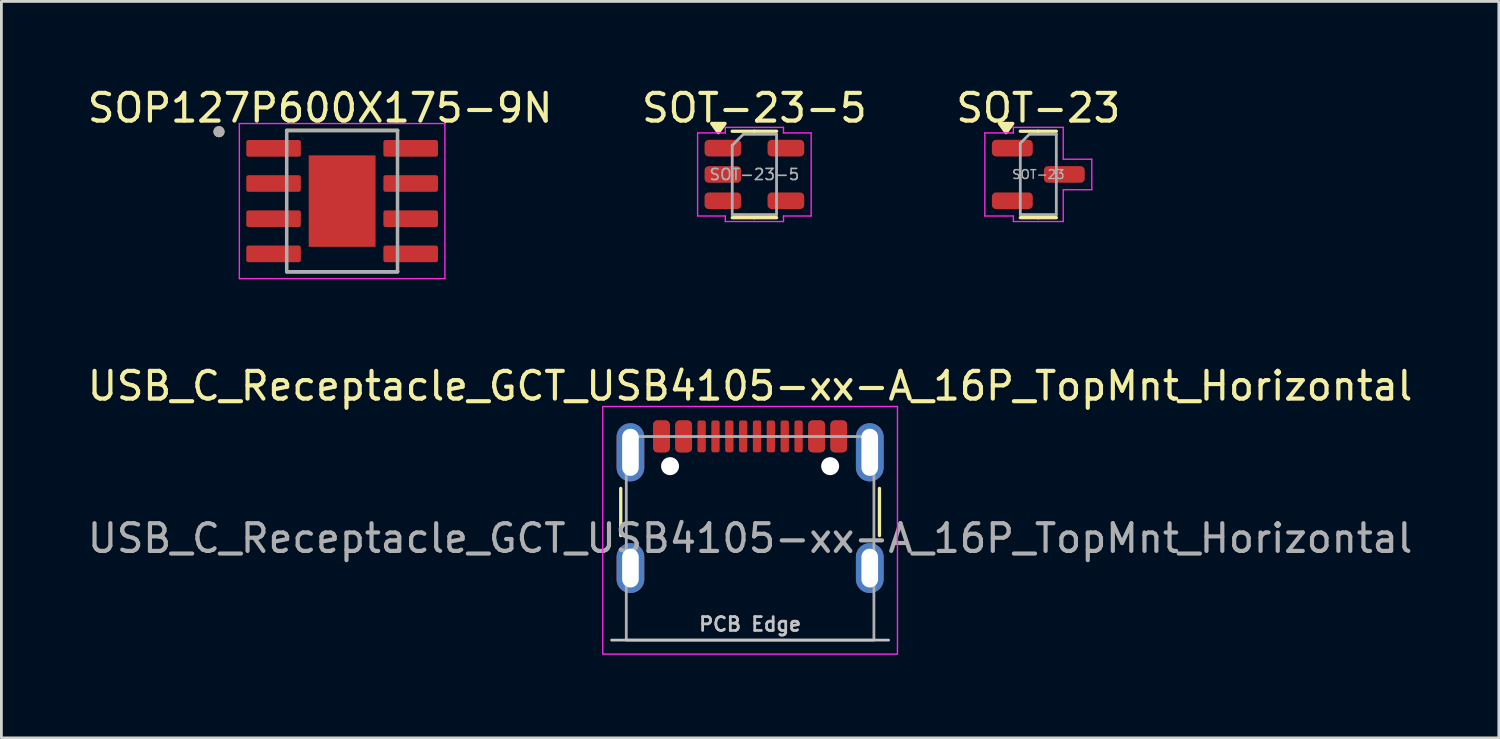
<source format=kicad_pcb>
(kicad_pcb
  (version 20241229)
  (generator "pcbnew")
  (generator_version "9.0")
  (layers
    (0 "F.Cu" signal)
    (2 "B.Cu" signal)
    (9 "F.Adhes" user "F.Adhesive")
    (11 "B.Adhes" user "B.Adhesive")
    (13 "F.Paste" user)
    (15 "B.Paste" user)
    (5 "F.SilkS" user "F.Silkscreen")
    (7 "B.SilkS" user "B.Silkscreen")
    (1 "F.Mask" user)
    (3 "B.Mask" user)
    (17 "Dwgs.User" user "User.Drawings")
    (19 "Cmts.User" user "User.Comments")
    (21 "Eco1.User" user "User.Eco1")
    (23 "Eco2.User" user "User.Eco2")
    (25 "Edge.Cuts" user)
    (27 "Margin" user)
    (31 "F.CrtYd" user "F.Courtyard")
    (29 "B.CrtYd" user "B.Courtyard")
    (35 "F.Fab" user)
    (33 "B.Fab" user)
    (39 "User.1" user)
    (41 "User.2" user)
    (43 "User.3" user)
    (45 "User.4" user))
  (footprint "SOT-23"
    (layer "F.Cu")
    (at 34.435 3.248)
    (property "Reference" "SOT-23" (at 0 -2.4 0) (layer "F.SilkS") (effects (font (size 1 1) (thickness 0.15))))
    (attr smd)
    (fp_line (start 0 -1.56) (end -0.65 -1.56) (stroke (width 0.12) (type solid)) (layer "F.SilkS"))
    (fp_line (start 0 -1.56) (end 0.65 -1.56) (stroke (width 0.12) (type solid)) (layer "F.SilkS"))
    (fp_line (start 0 1.56) (end -0.65 1.56) (stroke (width 0.12) (type solid)) (layer "F.SilkS"))
    (fp_line (start 0 1.56) (end 0.65 1.56) (stroke (width 0.12) (type solid)) (layer "F.SilkS"))
    (fp_poly (pts (xy -1.163 -1.51) (xy -1.403 -1.84) (xy -0.922 -1.84)) (stroke (width 0.12) (type solid)) (fill yes) (layer "F.SilkS"))
    (fp_line (start -1.93 -1.5) (end -0.9 -1.5) (stroke (width 0.05) (type solid)) (layer "F.CrtYd"))
    (fp_line (start -1.93 1.5) (end -1.93 -1.5) (stroke (width 0.05) (type solid)) (layer "F.CrtYd"))
    (fp_line (start -0.9 -1.7) (end 0.9 -1.7) (stroke (width 0.05) (type solid)) (layer "F.CrtYd"))
    (fp_line (start -0.9 -1.5) (end -0.9 -1.7) (stroke (width 0.05) (type solid)) (layer "F.CrtYd"))
    (fp_line (start -0.9 1.5) (end -1.93 1.5) (stroke (width 0.05) (type solid)) (layer "F.CrtYd"))
    (fp_line (start -0.9 1.7) (end -0.9 1.5) (stroke (width 0.05) (type solid)) (layer "F.CrtYd"))
    (fp_line (start 0.9 -1.7) (end 0.9 -0.55) (stroke (width 0.05) (type solid)) (layer "F.CrtYd"))
    (fp_line (start 0.9 -0.55) (end 1.93 -0.55) (stroke (width 0.05) (type solid)) (layer "F.CrtYd"))
    (fp_line (start 0.9 0.55) (end 0.9 1.7) (stroke (width 0.05) (type solid)) (layer "F.CrtYd"))
    (fp_line (start 0.9 1.7) (end -0.9 1.7) (stroke (width 0.05) (type solid)) (layer "F.CrtYd"))
    (fp_line (start 1.93 -0.55) (end 1.93 0.55) (stroke (width 0.05) (type solid)) (layer "F.CrtYd"))
    (fp_line (start 1.93 0.55) (end 0.9 0.55) (stroke (width 0.05) (type solid)) (layer "F.CrtYd"))
    (fp_line (start -0.65 -1.125) (end -0.325 -1.45) (stroke (width 0.1) (type solid)) (layer "F.Fab"))
    (fp_line (start -0.65 1.45) (end -0.65 -1.125) (stroke (width 0.1) (type solid)) (layer "F.Fab"))
    (fp_line (start -0.325 -1.45) (end 0.65 -1.45) (stroke (width 0.1) (type solid)) (layer "F.Fab"))
    (fp_line (start 0.65 -1.45) (end 0.65 1.45) (stroke (width 0.1) (type solid)) (layer "F.Fab"))
    (fp_line (start 0.65 1.45) (end -0.65 1.45) (stroke (width 0.1) (type solid)) (layer "F.Fab"))
    (fp_text user "${REFERENCE}" (at 0 0 0) (layer "F.Fab") (effects (font (size 0.32 0.32) (thickness 0.05))))
    (pad "1" smd roundrect (at -0.938 -0.95) (size 1.475 0.6) (layers "F.Cu" "F.Mask" "F.Paste") (roundrect_rratio 0.25))
    (pad "2" smd roundrect (at -0.938 0.95) (size 1.475 0.6) (layers "F.Cu" "F.Mask" "F.Paste") (roundrect_rratio 0.25))
    (pad "3" smd roundrect (at 0.938 0) (size 1.475 0.6) (layers "F.Cu" "F.Mask" "F.Paste") (roundrect_rratio 0.25)))
  (footprint "USB_C_Receptacle_GCT_USB4105-xx-A_16P_TopMnt_Horizontal"
    (layer "F.Cu")
    (at 24.03 16.384)
    (property "Reference" "USB_C_Receptacle_GCT_USB4105-xx-A_16P_TopMnt_Horizontal" (at 0 -5.5 0) (unlocked yes) (layer "F.SilkS") (effects (font (size 1 1) (thickness 0.15))))
    (attr smd)
    (fp_line (start -4.67 -0.1) (end -4.67 -1.8) (stroke (width 0.12) (type solid)) (layer "F.SilkS"))
    (fp_line (start 4.67 -0.1) (end 4.67 -1.8) (stroke (width 0.12) (type solid)) (layer "F.SilkS"))
    (fp_line (start 5 3.675) (end -5 3.675) (stroke (width 0.1) (type solid)) (layer "Dwgs.User"))
    (fp_rect (start -5.32 -4.76) (end 5.32 4.18) (stroke (width 0.05) (type solid)) (fill no) (layer "F.CrtYd"))
    (fp_rect (start -4.47 -3.675) (end 4.47 3.675) (stroke (width 0.1) (type solid)) (fill no) (layer "F.Fab"))
    (fp_text user "PCB Edge" (at 0 3.1 0) (unlocked yes) (layer "Dwgs.User") (effects (font (size 0.5 0.5) (thickness 0.1))))
    (fp_text user "${REFERENCE}" (at 0 0 0) (unlocked yes) (layer "F.Fab") (effects (font (size 1 1) (thickness 0.15))))
    (pad "" np_thru_hole circle (at -2.89 -2.605) (size 0.65 0.65) (drill 0.65) (layers "*.Cu" "*.Mask"))
    (pad "" np_thru_hole circle (at 2.89 -2.605) (size 0.65 0.65) (drill 0.65) (layers "*.Cu" "*.Mask"))
    (pad "A1" smd roundrect (at -3.2 -3.68) (size 0.6 1.15) (layers "F.Cu" "F.Mask" "F.Paste") (roundrect_rratio 0.25))
    (pad "A4" smd roundrect (at -2.4 -3.68) (size 0.6 1.15) (layers "F.Cu" "F.Mask" "F.Paste") (roundrect_rratio 0.25))
    (pad "A5" smd roundrect (at -1.25 -3.68) (size 0.3 1.15) (layers "F.Cu" "F.Mask" "F.Paste") (roundrect_rratio 0.25))
    (pad "A6" smd roundrect (at -0.25 -3.68) (size 0.3 1.15) (layers "F.Cu" "F.Mask" "F.Paste") (roundrect_rratio 0.25))
    (pad "A7" smd roundrect (at 0.25 -3.68) (size 0.3 1.15) (layers "F.Cu" "F.Mask" "F.Paste") (roundrect_rratio 0.25))
    (pad "A8" smd roundrect (at 1.25 -3.68) (size 0.3 1.15) (layers "F.Cu" "F.Mask" "F.Paste") (roundrect_rratio 0.25))
    (pad "A9" smd roundrect (at 2.4 -3.68) (size 0.6 1.15) (layers "F.Cu" "F.Mask" "F.Paste") (roundrect_rratio 0.25))
    (pad "A12" smd roundrect (at 3.2 -3.68) (size 0.6 1.15) (layers "F.Cu" "F.Mask" "F.Paste") (roundrect_rratio 0.25))
    (pad "B1" smd roundrect (at 3.2 -3.68) (size 0.6 1.15) (layers "F.Cu" "F.Mask" "F.Paste") (roundrect_rratio 0.25))
    (pad "B4" smd roundrect (at 2.4 -3.68) (size 0.6 1.15) (layers "F.Cu" "F.Mask" "F.Paste") (roundrect_rratio 0.25))
    (pad "B5" smd roundrect (at 1.75 -3.68) (size 0.3 1.15) (layers "F.Cu" "F.Mask" "F.Paste") (roundrect_rratio 0.25))
    (pad "B6" smd roundrect (at 0.75 -3.68) (size 0.3 1.15) (layers "F.Cu" "F.Mask" "F.Paste") (roundrect_rratio 0.25))
    (pad "B7" smd roundrect (at -0.75 -3.68) (size 0.3 1.15) (layers "F.Cu" "F.Mask" "F.Paste") (roundrect_rratio 0.25))
    (pad "B8" smd roundrect (at -1.75 -3.68) (size 0.3 1.15) (layers "F.Cu" "F.Mask" "F.Paste") (roundrect_rratio 0.25))
    (pad "B9" smd roundrect (at -2.4 -3.68) (size 0.6 1.15) (layers "F.Cu" "F.Mask" "F.Paste") (roundrect_rratio 0.25))
    (pad "B12" smd roundrect (at -3.2 -3.68) (size 0.6 1.15) (layers "F.Cu" "F.Mask" "F.Paste") (roundrect_rratio 0.25))
    (pad "S1" thru_hole oval (at -4.32 -3.105) (size 1 2.1) (drill oval 0.6 1.7) (property pad_prop_heatsink) (layers "*.Cu" "*.Mask" "F.Paste"))
    (pad "S1" thru_hole oval (at -4.32 1.075) (size 1 1.8) (drill oval 0.6 1.4) (property pad_prop_heatsink) (layers "*.Cu" "*.Mask" "F.Paste"))
    (pad "S1" thru_hole oval (at 4.32 -3.105) (size 1 2.1) (drill oval 0.6 1.7) (property pad_prop_heatsink) (layers "*.Cu" "*.Mask" "F.Paste"))
    (pad "S1" thru_hole oval (at 4.32 1.075) (size 1 1.8) (drill oval 0.6 1.4) (property pad_prop_heatsink) (layers "*.Cu" "*.Mask" "F.Paste")))
  (footprint "SOP127P600X175-9N"
    (layer "F.Cu")
    (at 9.301 4.21)
    (property "Reference" "SOP127P600X175-9N" (at -0.795 -3.362 0) (layer "F.SilkS") (effects (font (size 1 1) (thickness 0.15))))
    (attr smd)
    (fp_line (start -2 -2.55) (end 2 -2.55) (stroke (width 0.127) (type solid)) (layer "F.SilkS"))
    (fp_line (start -2 2.55) (end 2 2.55) (stroke (width 0.127) (type solid)) (layer "F.SilkS"))
    (fp_circle (center -4.445 -2.505) (end -4.345 -2.505) (stroke (width 0.2) (type solid)) (fill no) (layer "F.SilkS"))
    (fp_poly (pts (xy -0.645 -0.82) (xy 0.645 -0.82) (xy 0.645 0.82) (xy -0.645 0.82)) (stroke (width 0.01) (type solid)) (fill yes) (layer "F.Paste"))
    (fp_line (start -3.71 -2.8) (end -3.71 2.8) (stroke (width 0.05) (type solid)) (layer "F.CrtYd"))
    (fp_line (start -3.71 -2.8) (end 3.71 -2.8) (stroke (width 0.05) (type solid)) (layer "F.CrtYd"))
    (fp_line (start -3.71 2.8) (end 3.71 2.8) (stroke (width 0.05) (type solid)) (layer "F.CrtYd"))
    (fp_line (start 3.71 -2.8) (end 3.71 2.8) (stroke (width 0.05) (type solid)) (layer "F.CrtYd"))
    (fp_line (start -2 -2.55) (end -2 2.55) (stroke (width 0.127) (type solid)) (layer "F.Fab"))
    (fp_line (start -2 -2.55) (end 2 -2.55) (stroke (width 0.127) (type solid)) (layer "F.Fab"))
    (fp_line (start -2 2.55) (end 2 2.55) (stroke (width 0.127) (type solid)) (layer "F.Fab"))
    (fp_line (start 2 -2.55) (end 2 2.55) (stroke (width 0.127) (type solid)) (layer "F.Fab"))
    (fp_circle (center -4.445 -2.505) (end -4.345 -2.505) (stroke (width 0.2) (type solid)) (fill no) (layer "F.Fab"))
    (pad "1" smd roundrect (at -2.475 -1.905) (size 1.97 0.6) (layers "F.Cu" "F.Mask" "F.Paste") (roundrect_rratio 0.125))
    (pad "2" smd roundrect (at -2.475 -0.635) (size 1.97 0.6) (layers "F.Cu" "F.Mask" "F.Paste") (roundrect_rratio 0.125))
    (pad "3" smd roundrect (at -2.475 0.635) (size 1.97 0.6) (layers "F.Cu" "F.Mask" "F.Paste") (roundrect_rratio 0.125))
    (pad "4" smd roundrect (at -2.475 1.905) (size 1.97 0.6) (layers "F.Cu" "F.Mask" "F.Paste") (roundrect_rratio 0.125))
    (pad "5" smd roundrect (at 2.475 1.905) (size 1.97 0.6) (layers "F.Cu" "F.Mask" "F.Paste") (roundrect_rratio 0.125))
    (pad "6" smd roundrect (at 2.475 0.635) (size 1.97 0.6) (layers "F.Cu" "F.Mask" "F.Paste") (roundrect_rratio 0.125))
    (pad "7" smd roundrect (at 2.475 -0.635) (size 1.97 0.6) (layers "F.Cu" "F.Mask" "F.Paste") (roundrect_rratio 0.125))
    (pad "8" smd roundrect (at 2.475 -1.905) (size 1.97 0.6) (layers "F.Cu" "F.Mask" "F.Paste") (roundrect_rratio 0.125))
    (pad "9" smd rect (at 0 0) (size 2.413 3.302) (layers "F.Cu" "F.Mask")))
  (footprint "SOT-23-5"
    (layer "F.Cu")
    (at 24.185 3.248)
    (property "Reference" "SOT-23-5" (at 0 -2.4 0) (layer "F.SilkS") (effects (font (size 1 1) (thickness 0.15))))
    (attr smd)
    (fp_line (start 0 -1.56) (end -0.8 -1.56) (stroke (width 0.12) (type solid)) (layer "F.SilkS"))
    (fp_line (start 0 -1.56) (end 0.8 -1.56) (stroke (width 0.12) (type solid)) (layer "F.SilkS"))
    (fp_line (start 0 1.56) (end -0.8 1.56) (stroke (width 0.12) (type solid)) (layer "F.SilkS"))
    (fp_line (start 0 1.56) (end 0.8 1.56) (stroke (width 0.12) (type solid)) (layer "F.SilkS"))
    (fp_poly (pts (xy -1.3 -1.51) (xy -1.54 -1.84) (xy -1.06 -1.84)) (stroke (width 0.12) (type solid)) (fill yes) (layer "F.SilkS"))
    (fp_line (start -2.05 -1.5) (end -1.05 -1.5) (stroke (width 0.05) (type solid)) (layer "F.CrtYd"))
    (fp_line (start -2.05 1.5) (end -2.05 -1.5) (stroke (width 0.05) (type solid)) (layer "F.CrtYd"))
    (fp_line (start -1.05 -1.7) (end 1.05 -1.7) (stroke (width 0.05) (type solid)) (layer "F.CrtYd"))
    (fp_line (start -1.05 -1.5) (end -1.05 -1.7) (stroke (width 0.05) (type solid)) (layer "F.CrtYd"))
    (fp_line (start -1.05 1.5) (end -2.05 1.5) (stroke (width 0.05) (type solid)) (layer "F.CrtYd"))
    (fp_line (start -1.05 1.7) (end -1.05 1.5) (stroke (width 0.05) (type solid)) (layer "F.CrtYd"))
    (fp_line (start 1.05 -1.7) (end 1.05 -1.5) (stroke (width 0.05) (type solid)) (layer "F.CrtYd"))
    (fp_line (start 1.05 -1.5) (end 2.05 -1.5) (stroke (width 0.05) (type solid)) (layer "F.CrtYd"))
    (fp_line (start 1.05 1.5) (end 1.05 1.7) (stroke (width 0.05) (type solid)) (layer "F.CrtYd"))
    (fp_line (start 1.05 1.7) (end -1.05 1.7) (stroke (width 0.05) (type solid)) (layer "F.CrtYd"))
    (fp_line (start 2.05 -1.5) (end 2.05 1.5) (stroke (width 0.05) (type solid)) (layer "F.CrtYd"))
    (fp_line (start 2.05 1.5) (end 1.05 1.5) (stroke (width 0.05) (type solid)) (layer "F.CrtYd"))
    (fp_line (start -0.8 -1.05) (end -0.4 -1.45) (stroke (width 0.1) (type solid)) (layer "F.Fab"))
    (fp_line (start -0.8 1.45) (end -0.8 -1.05) (stroke (width 0.1) (type solid)) (layer "F.Fab"))
    (fp_line (start -0.4 -1.45) (end 0.8 -1.45) (stroke (width 0.1) (type solid)) (layer "F.Fab"))
    (fp_line (start 0.8 -1.45) (end 0.8 1.45) (stroke (width 0.1) (type solid)) (layer "F.Fab"))
    (fp_line (start 0.8 1.45) (end -0.8 1.45) (stroke (width 0.1) (type solid)) (layer "F.Fab"))
    (fp_text user "${REFERENCE}" (at 0 0 0) (layer "F.Fab") (effects (font (size 0.4 0.4) (thickness 0.06))))
    (pad "1" smd roundrect (at -1.137 -0.95) (size 1.325 0.6) (layers "F.Cu" "F.Mask" "F.Paste") (roundrect_rratio 0.25))
    (pad "2" smd roundrect (at -1.137 0) (size 1.325 0.6) (layers "F.Cu" "F.Mask" "F.Paste") (roundrect_rratio 0.25))
    (pad "3" smd roundrect (at -1.137 0.95) (size 1.325 0.6) (layers "F.Cu" "F.Mask" "F.Paste") (roundrect_rratio 0.25))
    (pad "4" smd roundrect (at 1.137 0.95) (size 1.325 0.6) (layers "F.Cu" "F.Mask" "F.Paste") (roundrect_rratio 0.25))
    (pad "5" smd roundrect (at 1.137 -0.95) (size 1.325 0.6) (layers "F.Cu" "F.Mask" "F.Paste") (roundrect_rratio 0.25)))
  (gr_rect
    (start -3 -3)
    (end 51.06 23.588)
    (stroke (width 0.1) (type default))
    (fill no)
    (layer "Edge.Cuts")))
</source>
